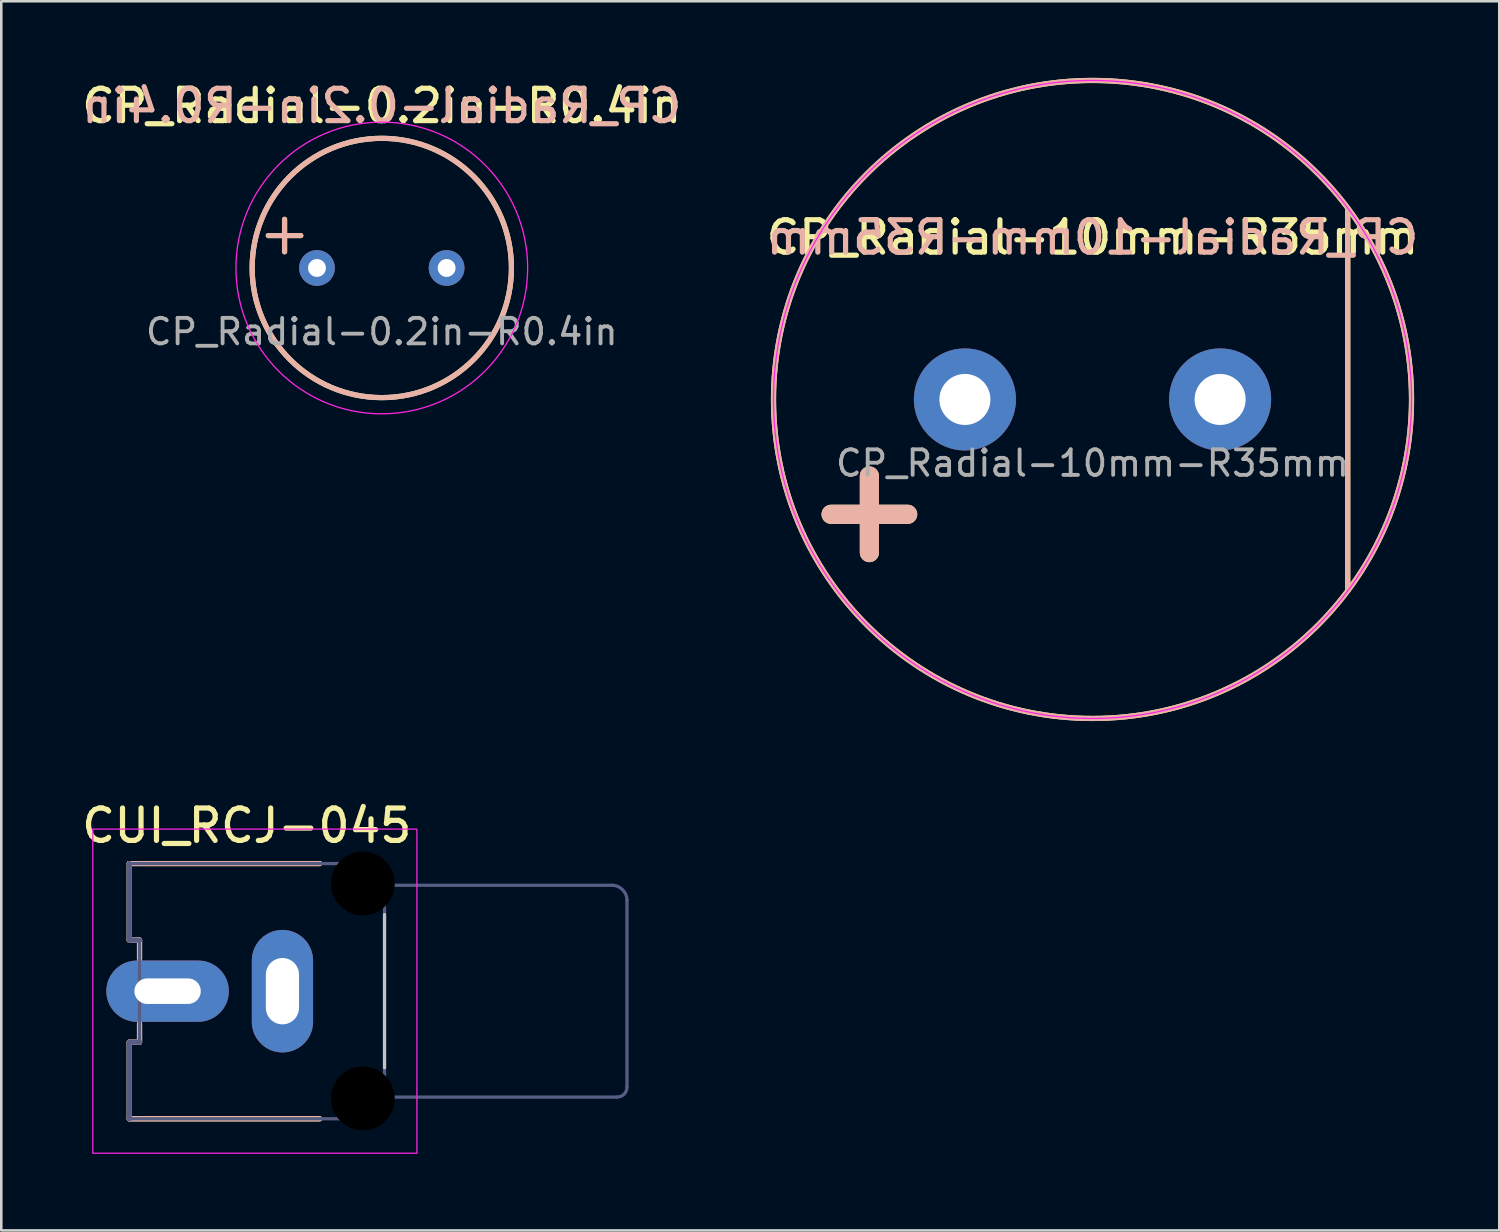
<source format=kicad_pcb>
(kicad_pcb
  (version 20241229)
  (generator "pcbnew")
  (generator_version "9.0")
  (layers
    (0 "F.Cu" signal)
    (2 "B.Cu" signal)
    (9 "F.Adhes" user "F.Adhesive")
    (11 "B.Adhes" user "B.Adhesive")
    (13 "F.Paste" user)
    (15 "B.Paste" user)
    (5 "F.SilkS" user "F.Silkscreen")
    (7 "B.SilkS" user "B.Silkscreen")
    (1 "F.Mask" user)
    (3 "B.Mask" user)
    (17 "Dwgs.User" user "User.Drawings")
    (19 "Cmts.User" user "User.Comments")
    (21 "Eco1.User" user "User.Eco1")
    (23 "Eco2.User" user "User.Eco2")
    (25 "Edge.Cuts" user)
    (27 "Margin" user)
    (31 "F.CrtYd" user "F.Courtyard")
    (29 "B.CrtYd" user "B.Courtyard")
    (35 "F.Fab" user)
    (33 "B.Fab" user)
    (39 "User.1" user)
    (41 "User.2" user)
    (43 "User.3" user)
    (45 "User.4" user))
  (footprint "CP_Radial-0.2in-R0.4in"
    (layer "F.Cu")
    (at 11.91 7.45)
    (property "Reference" "CP_Radial-0.2in-R0.4in" (at 0 -6.35 0) (unlocked yes) (layer "F.SilkS") (effects (font (size 1.27 1.27) (thickness 0.203))))
    (attr through_hole)
    (fp_line (start -4.445 -1.27) (end -3.175 -1.27) (stroke (width 0.203) (type default)) (layer "F.SilkS"))
    (fp_line (start -3.81 -1.905) (end -3.81 -0.635) (stroke (width 0.203) (type default)) (layer "F.SilkS"))
    (fp_circle (center 0 0) (end 5.08 0) (stroke (width 0.203) (type default)) (fill no) (layer "F.SilkS"))
    (fp_line (start -4.445 -1.27) (end -3.175 -1.27) (stroke (width 0.203) (type default)) (layer "B.SilkS"))
    (fp_line (start -3.81 -1.905) (end -3.81 -0.635) (stroke (width 0.203) (type default)) (layer "B.SilkS"))
    (fp_circle (center 0 0) (end 5.08 0) (stroke (width 0.203) (type default)) (fill no) (layer "B.SilkS"))
    (fp_circle (center 0 0) (end 5.715 0) (stroke (width 0.05) (type default)) (fill no) (layer "F.CrtYd"))
    (fp_text user "${Reference}" (at 0 -6.35 0) (unlocked yes) (layer "B.SilkS") (effects (font (size 1.27 1.27) (thickness 0.203)) (justify mirror)))
    (fp_text user "${REFERENCE}" (at 0 2.5 0) (unlocked yes) (layer "F.Fab") (effects (font (size 1 1) (thickness 0.15))))
    (pad "1" thru_hole circle (at -2.54 0) (size 1.4 1.4) (drill 0.7) (layers "*.Cu" "*.Mask"))
    (pad "2" thru_hole circle (at 2.54 0) (size 1.4 1.4) (drill 0.7) (layers "*.Cu" "*.Mask")))
  (footprint "CP_Radial-10mm-R35mm"
    (layer "F.Cu")
    (at 39.759 12.602)
    (property "Reference" "CP_Radial-10mm-R35mm" (at 0 -6.35 0) (unlocked yes) (layer "F.SilkS") (effects (font (size 1.27 1.27) (thickness 0.203))))
    (attr through_hole)
    (fp_line (start -8.743 3) (end -8.743 6) (stroke (width 0.75) (type default)) (layer "F.SilkS"))
    (fp_line (start -7.243 4.5) (end -10.243 4.5) (stroke (width 0.75) (type default)) (layer "F.SilkS"))
    (fp_line (start 10 -7.5) (end 10 7.5) (stroke (width 0.203) (type solid)) (layer "F.SilkS"))
    (fp_circle (center 0 0) (end 12.5 0) (stroke (width 0.203) (type default)) (fill no) (layer "F.SilkS"))
    (fp_line (start -8.743 3) (end -8.743 6) (stroke (width 0.75) (type default)) (layer "B.SilkS"))
    (fp_line (start -7.243 4.5) (end -10.243 4.5) (stroke (width 0.75) (type default)) (layer "B.SilkS"))
    (fp_line (start 10 -7.5) (end 10 7.5) (stroke (width 0.203) (type solid)) (layer "B.SilkS"))
    (fp_circle (center 0 0) (end 12.5 0) (stroke (width 0.203) (type default)) (fill no) (layer "B.SilkS"))
    (fp_circle (center 0 0) (end 12.5 0) (stroke (width 0.05) (type default)) (fill no) (layer "F.CrtYd"))
    (fp_text user "${Reference}" (at 0 -6.35 0) (unlocked yes) (layer "B.SilkS") (effects (font (size 1.27 1.27) (thickness 0.203)) (justify mirror)))
    (fp_text user "${REFERENCE}" (at 0 2.5 0) (unlocked yes) (layer "F.Fab") (effects (font (size 1 1) (thickness 0.15))))
    (pad "1" thru_hole circle (at -5 0) (size 4 4) (drill 2) (layers "*.Cu" "*.Mask"))
    (pad "2" thru_hole circle (at 5 0) (size 4 4) (drill 2) (layers "*.Cu" "*.Mask")))
  (footprint "CUI_RCJ-045"
    (layer "F.Cu")
    (at 12.017 35.788)
    (property "Reference" "CUI_RCJ-045" (at -5.398 -6.485 0) (layer "F.SilkS") (effects (font (size 1.27 1.27) (thickness 0.203))))
    (fp_line (start -10 -5) (end -2.54 -5) (stroke (width 0.203) (type solid)) (layer "F.SilkS"))
    (fp_line (start -10 -2) (end -10 -5) (stroke (width 0.203) (type solid)) (layer "F.SilkS"))
    (fp_line (start -10 -2) (end -9.6 -2) (stroke (width 0.203) (type solid)) (layer "F.SilkS"))
    (fp_line (start -10 2) (end -9.6 2) (stroke (width 0.203) (type solid)) (layer "F.SilkS"))
    (fp_line (start -10 5) (end -10 2) (stroke (width 0.203) (type solid)) (layer "F.SilkS"))
    (fp_line (start -10 5) (end -2.54 5) (stroke (width 0.203) (type solid)) (layer "F.SilkS"))
    (fp_line (start -9.6 -1.27) (end -9.6 -2) (stroke (width 0.203) (type solid)) (layer "F.SilkS"))
    (fp_line (start -9.6 2) (end -9.6 1.27) (stroke (width 0.203) (type solid)) (layer "F.SilkS"))
    (fp_line (start -10 -5) (end -2.54 -5) (stroke (width 0.203) (type solid)) (layer "B.SilkS"))
    (fp_line (start -10 -2) (end -10 -5) (stroke (width 0.203) (type solid)) (layer "B.SilkS"))
    (fp_line (start -10 -2) (end -9.6 -2) (stroke (width 0.203) (type solid)) (layer "B.SilkS"))
    (fp_line (start -10 -2) (end -9.6 -2) (stroke (width 0.203) (type solid)) (layer "B.SilkS"))
    (fp_line (start -10 2) (end -9.6 2) (stroke (width 0.203) (type solid)) (layer "B.SilkS"))
    (fp_line (start -10 5) (end -10 2) (stroke (width 0.203) (type solid)) (layer "B.SilkS"))
    (fp_line (start -10 5) (end -2.54 5) (stroke (width 0.203) (type solid)) (layer "B.SilkS"))
    (fp_line (start -9.6 -1.27) (end -9.6 -2) (stroke (width 0.203) (type solid)) (layer "B.SilkS"))
    (fp_line (start -9.6 2) (end -9.6 1.27) (stroke (width 0.203) (type solid)) (layer "B.SilkS"))
    (fp_line (start 0 3) (end 0 -3) (stroke (width 0.127) (type solid)) (layer "Dwgs.User"))
    (fp_line (start 0.25 -4.15) (end 8.89 -4.15) (stroke (width 0.127) (type solid)) (layer "Eco1.User"))
    (fp_line (start 0.25 4.15) (end 9.11 4.15) (stroke (width 0.127) (type solid)) (layer "Eco1.User"))
    (fp_line (start 9.5 3.76) (end 9.5 -3.54) (stroke (width 0.127) (type solid)) (layer "Eco1.User"))
    (fp_arc (start 8.89 -4.15) (mid 9.321335 -3.971335) (end 9.5 -3.54) (stroke (width 0.127) (type solid)) (layer "Eco1.User"))
    (fp_arc (start 9.5 3.76) (mid 9.385772 4.035772) (end 9.11 4.15) (stroke (width 0.127) (type solid)) (layer "Eco1.User"))
    (fp_line (start -10.45 -5.25) (end -1.95 -5.25) (stroke (width 0.05) (type solid)) (layer "Eco2.User"))
    (fp_line (start -10.45 5.25) (end -10.45 -5.25) (stroke (width 0.05) (type solid)) (layer "Eco2.User"))
    (fp_line (start -10.45 5.25) (end -1.95 5.25) (stroke (width 0.05) (type solid)) (layer "Eco2.User"))
    (fp_line (start -1.95 -5.4) (end 0.25 -5.4) (stroke (width 0.05) (type solid)) (layer "Eco2.User"))
    (fp_line (start -1.95 -5.25) (end -1.95 -5.4) (stroke (width 0.05) (type solid)) (layer "Eco2.User"))
    (fp_line (start -1.95 5.4) (end -1.95 5.25) (stroke (width 0.05) (type solid)) (layer "Eco2.User"))
    (fp_line (start -1.95 5.4) (end 0.25 5.4) (stroke (width 0.05) (type solid)) (layer "Eco2.User"))
    (fp_line (start 0.25 -4.4) (end 0.25 -5.4) (stroke (width 0.05) (type solid)) (layer "Eco2.User"))
    (fp_line (start 0.25 -4.4) (end 9.75 -4.4) (stroke (width 0.05) (type solid)) (layer "Eco2.User"))
    (fp_line (start 0.25 4.4) (end 9.75 4.4) (stroke (width 0.05) (type solid)) (layer "Eco2.User"))
    (fp_line (start 0.25 5.4) (end 0.25 4.4) (stroke (width 0.05) (type solid)) (layer "Eco2.User"))
    (fp_line (start 9.75 4.4) (end 9.75 -4.4) (stroke (width 0.05) (type solid)) (layer "Eco2.User"))
    (fp_rect (start -11.43 -6.35) (end 1.27 6.35) (stroke (width 0.05) (type default)) (fill no) (layer "F.CrtYd"))
    (fp_line (start -10 -5) (end 0 -5) (stroke (width 0.127) (type solid)) (layer "B.Fab"))
    (fp_line (start -10 -2) (end -10 -5) (stroke (width 0.203) (type solid)) (layer "B.Fab"))
    (fp_line (start -10 -2) (end -9.6 -2) (stroke (width 0.203) (type solid)) (layer "B.Fab"))
    (fp_line (start -10 2) (end -9.6 2) (stroke (width 0.203) (type solid)) (layer "B.Fab"))
    (fp_line (start -10 5) (end -10 2) (stroke (width 0.203) (type solid)) (layer "B.Fab"))
    (fp_line (start -10 5) (end 0 5) (stroke (width 0.127) (type solid)) (layer "B.Fab"))
    (fp_line (start -9.6 2) (end -9.6 -2) (stroke (width 0.127) (type solid)) (layer "B.Fab"))
    (fp_line (start 0 -4.15) (end 0 -5) (stroke (width 0.127) (type solid)) (layer "B.Fab"))
    (fp_line (start 0 -4.15) (end 8.91 -4.15) (stroke (width 0.127) (type solid)) (layer "B.Fab"))
    (fp_line (start 0 4.15) (end 0 -4.15) (stroke (width 0.127) (type solid)) (layer "B.Fab"))
    (fp_line (start 0 4.15) (end 9.11 4.15) (stroke (width 0.127) (type solid)) (layer "B.Fab"))
    (fp_line (start 0 5) (end 0 4.15) (stroke (width 0.127) (type solid)) (layer "B.Fab"))
    (fp_line (start 9.5 3.76) (end 9.5 -3.56) (stroke (width 0.127) (type solid)) (layer "B.Fab"))
    (fp_arc (start 8.91 -4.15) (mid 9.327193 -3.977193) (end 9.5 -3.56) (stroke (width 0.127) (type solid)) (layer "B.Fab"))
    (fp_arc (start 9.5 3.76) (mid 9.385772 4.035772) (end 9.11 4.15) (stroke (width 0.127) (type solid)) (layer "B.Fab"))
    (fp_line (start -1.7 -5.15) (end 0 -5.15) (stroke (width 0.0001) (type solid)) (layer "User.1"))
    (fp_line (start -1.7 -3.35) (end -1.7 -5.15) (stroke (width 0.0001) (type solid)) (layer "User.1"))
    (fp_line (start -1.7 -3.35) (end 0 -3.35) (stroke (width 0.0001) (type solid)) (layer "User.1"))
    (fp_line (start -1.7 3.35) (end 0 3.35) (stroke (width 0.0001) (type solid)) (layer "User.1"))
    (fp_line (start -1.7 5.15) (end -1.7 3.35) (stroke (width 0.0001) (type solid)) (layer "User.1"))
    (fp_line (start -1.7 5.15) (end 0 5.15) (stroke (width 0.0001) (type solid)) (layer "User.1"))
    (fp_line (start 0 -3.35) (end 0 -5.15) (stroke (width 0.0001) (type solid)) (layer "User.1"))
    (fp_line (start 0 5.15) (end 0 3.35) (stroke (width 0.0001) (type solid)) (layer "User.1"))
    (pad "" np_thru_hole circle (at -0.85 -4.22 180) (size 2.5 2.5) (drill 2.5) (layers "*.Mask"))
    (pad "" np_thru_hole circle (at -0.85 4.2 180) (size 2.5 2.5) (drill 2.5) (layers "*.Mask"))
    (pad "1" thru_hole oval (at -4 0 90) (size 4.8 2.4) (drill oval 2.6 1.3) (layers "*.Cu" "*.Mask"))
    (pad "2" thru_hole oval (at -8.5 0 180) (size 4.8 2.4) (drill oval 2.6 1) (layers "*.Cu" "*.Mask")))
  (gr_rect
    (start -3 -3)
    (end 55.697 45.163)
    (stroke (width 0.1) (type default))
    (fill no)
    (layer "Edge.Cuts")))
</source>
